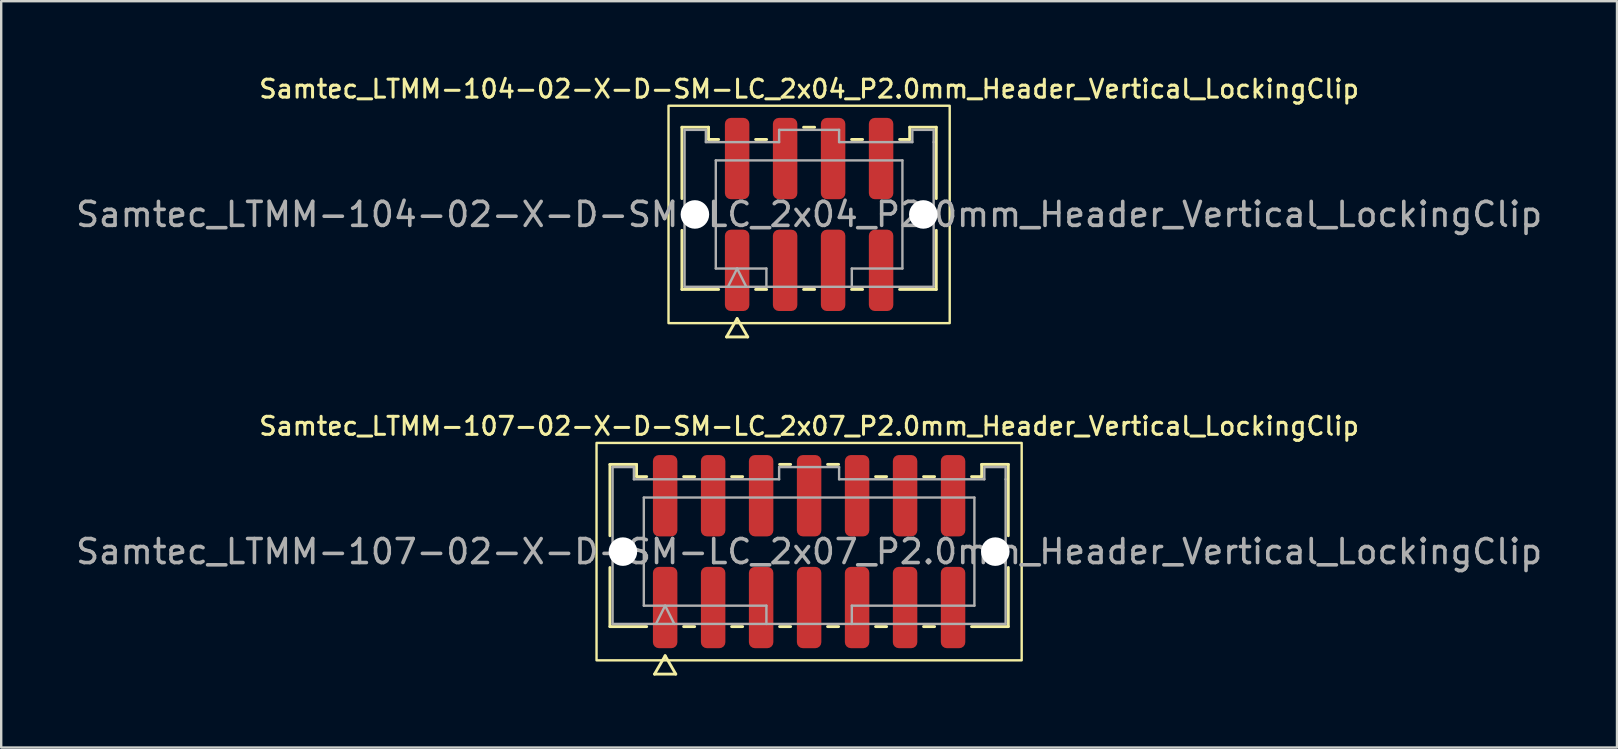
<source format=kicad_pcb>
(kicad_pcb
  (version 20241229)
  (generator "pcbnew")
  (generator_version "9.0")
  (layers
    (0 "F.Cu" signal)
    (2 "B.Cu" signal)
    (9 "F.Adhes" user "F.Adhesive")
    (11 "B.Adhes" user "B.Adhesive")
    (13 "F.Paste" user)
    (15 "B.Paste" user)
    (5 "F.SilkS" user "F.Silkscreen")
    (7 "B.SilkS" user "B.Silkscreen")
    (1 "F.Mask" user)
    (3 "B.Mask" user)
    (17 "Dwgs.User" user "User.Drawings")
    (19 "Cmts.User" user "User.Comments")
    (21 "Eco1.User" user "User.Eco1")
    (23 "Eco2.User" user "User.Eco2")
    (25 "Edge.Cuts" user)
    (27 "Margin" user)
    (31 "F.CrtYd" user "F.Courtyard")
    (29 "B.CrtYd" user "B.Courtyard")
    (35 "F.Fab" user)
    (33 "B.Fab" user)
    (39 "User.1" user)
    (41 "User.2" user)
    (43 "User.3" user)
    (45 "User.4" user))
  (footprint "Samtec_LTMM-107-02-X-D-SM-LC_2x07_P2.0mm_Header_Vertical_LockingClip"
    (layer "F.Cu")
    (at 30.673 19.941)
    (property "Reference" "Samtec_LTMM-107-02-X-D-SM-LC_2x07_P2.0mm_Header_Vertical_LockingClip" (at 0 -5.23 0) (layer "F.SilkS") (effects (font (size 0.75 0.75) (thickness 0.125))))
    (attr smd)
    (fp_line (start -8.302 -3.635) (end -7.192 -3.635) (stroke (width 0.12) (type solid)) (layer "F.SilkS"))
    (fp_line (start -8.302 -0.662) (end -8.302 -3.635) (stroke (width 0.12) (type solid)) (layer "F.SilkS"))
    (fp_line (start -8.302 3.125) (end -8.302 0.662) (stroke (width 0.12) (type solid)) (layer "F.SilkS"))
    (fp_line (start -7.192 -3.635) (end -7.192 -3.125) (stroke (width 0.12) (type solid)) (layer "F.SilkS"))
    (fp_line (start -7.192 -3.125) (end -6.77 -3.125) (stroke (width 0.12) (type solid)) (layer "F.SilkS"))
    (fp_line (start -6.77 3.125) (end -8.302 3.125) (stroke (width 0.12) (type solid)) (layer "F.SilkS"))
    (fp_line (start -6.442 5.105) (end -6 4.34) (stroke (width 0.12) (type solid)) (layer "F.SilkS"))
    (fp_line (start -6 4.34) (end -5.558 5.105) (stroke (width 0.12) (type solid)) (layer "F.SilkS"))
    (fp_line (start -5.558 5.105) (end -6.442 5.105) (stroke (width 0.12) (type solid)) (layer "F.SilkS"))
    (fp_line (start -5.23 -3.125) (end -4.77 -3.125) (stroke (width 0.12) (type solid)) (layer "F.SilkS"))
    (fp_line (start -4.77 3.125) (end -5.23 3.125) (stroke (width 0.12) (type solid)) (layer "F.SilkS"))
    (fp_line (start -3.23 -3.125) (end -2.77 -3.125) (stroke (width 0.12) (type solid)) (layer "F.SilkS"))
    (fp_line (start -2.77 3.125) (end -3.23 3.125) (stroke (width 0.12) (type solid)) (layer "F.SilkS"))
    (fp_line (start -1.23 -3.635) (end -0.77 -3.635) (stroke (width 0.12) (type solid)) (layer "F.SilkS"))
    (fp_line (start -0.77 3.125) (end -1.23 3.125) (stroke (width 0.12) (type solid)) (layer "F.SilkS"))
    (fp_line (start 0.77 -3.635) (end 1.23 -3.635) (stroke (width 0.12) (type solid)) (layer "F.SilkS"))
    (fp_line (start 1.23 3.125) (end 0.77 3.125) (stroke (width 0.12) (type solid)) (layer "F.SilkS"))
    (fp_line (start 2.77 -3.125) (end 3.23 -3.125) (stroke (width 0.12) (type solid)) (layer "F.SilkS"))
    (fp_line (start 3.23 3.125) (end 2.77 3.125) (stroke (width 0.12) (type solid)) (layer "F.SilkS"))
    (fp_line (start 4.77 -3.125) (end 5.23 -3.125) (stroke (width 0.12) (type solid)) (layer "F.SilkS"))
    (fp_line (start 5.23 3.125) (end 4.77 3.125) (stroke (width 0.12) (type solid)) (layer "F.SilkS"))
    (fp_line (start 6.77 -3.125) (end 7.192 -3.125) (stroke (width 0.12) (type solid)) (layer "F.SilkS"))
    (fp_line (start 7.192 -3.635) (end 8.302 -3.635) (stroke (width 0.12) (type solid)) (layer "F.SilkS"))
    (fp_line (start 7.192 -3.125) (end 7.192 -3.635) (stroke (width 0.12) (type solid)) (layer "F.SilkS"))
    (fp_line (start 8.302 -3.635) (end 8.302 -0.662) (stroke (width 0.12) (type solid)) (layer "F.SilkS"))
    (fp_line (start 8.302 0.662) (end 8.302 3.125) (stroke (width 0.12) (type solid)) (layer "F.SilkS"))
    (fp_line (start 8.302 3.125) (end 6.77 3.125) (stroke (width 0.12) (type solid)) (layer "F.SilkS"))
    (fp_rect (start -8.86 -4.53) (end 8.86 4.53) (stroke (width 0.1) (type solid)) (fill no) (layer "F.SilkS"))
    (fp_line (start -8.191 -3.525) (end -7.303 -3.525) (stroke (width 0.1) (type solid)) (layer "F.Fab"))
    (fp_line (start -8.191 3.015) (end -8.191 -3.525) (stroke (width 0.1) (type solid)) (layer "F.Fab"))
    (fp_line (start -7.303 -3.525) (end -7.303 -3.015) (stroke (width 0.1) (type solid)) (layer "F.Fab"))
    (fp_line (start -7.303 -3.015) (end -1.25 -3.015) (stroke (width 0.1) (type solid)) (layer "F.Fab"))
    (fp_line (start -6.889 -2.253) (end 6.889 -2.253) (stroke (width 0.1) (type solid)) (layer "F.Fab"))
    (fp_line (start -6.889 2.253) (end -6.889 -2.253) (stroke (width 0.1) (type solid)) (layer "F.Fab"))
    (fp_line (start -6.381 3.015) (end -6 2.253) (stroke (width 0.1) (type solid)) (layer "F.Fab"))
    (fp_line (start -6 2.253) (end -5.619 3.015) (stroke (width 0.1) (type solid)) (layer "F.Fab"))
    (fp_line (start -1.78 2.253) (end -6.889 2.253) (stroke (width 0.1) (type solid)) (layer "F.Fab"))
    (fp_line (start -1.78 3.015) (end -1.78 2.253) (stroke (width 0.1) (type solid)) (layer "F.Fab"))
    (fp_line (start -1.25 -3.525) (end 1.25 -3.525) (stroke (width 0.1) (type solid)) (layer "F.Fab"))
    (fp_line (start -1.25 -3.015) (end -1.25 -3.525) (stroke (width 0.1) (type solid)) (layer "F.Fab"))
    (fp_line (start 1.25 -3.525) (end 1.25 -3.015) (stroke (width 0.1) (type solid)) (layer "F.Fab"))
    (fp_line (start 1.25 -3.015) (end 7.303 -3.015) (stroke (width 0.1) (type solid)) (layer "F.Fab"))
    (fp_line (start 1.78 2.253) (end 1.78 3.015) (stroke (width 0.1) (type solid)) (layer "F.Fab"))
    (fp_line (start 6.889 -2.253) (end 6.889 2.253) (stroke (width 0.1) (type solid)) (layer "F.Fab"))
    (fp_line (start 6.889 2.253) (end 1.78 2.253) (stroke (width 0.1) (type solid)) (layer "F.Fab"))
    (fp_line (start 7.303 -3.525) (end 8.191 -3.525) (stroke (width 0.1) (type solid)) (layer "F.Fab"))
    (fp_line (start 7.303 -3.015) (end 7.303 -3.525) (stroke (width 0.1) (type solid)) (layer "F.Fab"))
    (fp_line (start 8.191 -3.525) (end 8.191 -3.015) (stroke (width 0.1) (type solid)) (layer "F.Fab"))
    (fp_line (start 8.191 -3.015) (end 8.191 3.015) (stroke (width 0.1) (type solid)) (layer "F.Fab"))
    (fp_line (start 8.191 3.015) (end -8.191 3.015) (stroke (width 0.1) (type solid)) (layer "F.Fab"))
    (fp_text user "${REFERENCE}" (at 0 0 0) (layer "F.Fab") (effects (font (size 1 1) (thickness 0.15))))
    (pad "" np_thru_hole circle (at -7.76 0) (size 1.19 1.19) (drill 1.19) (layers "*.Cu" "*.Mask"))
    (pad "" np_thru_hole circle (at 7.76 0) (size 1.19 1.19) (drill 1.19) (layers "*.Cu" "*.Mask"))
    (pad "1" smd roundrect (at -6 2.33) (size 1.02 3.39) (layers "F.Cu" "F.Mask" "F.Paste") (roundrect_rratio 0.245))
    (pad "2" smd roundrect (at -6 -2.33) (size 1.02 3.39) (layers "F.Cu" "F.Mask" "F.Paste") (roundrect_rratio 0.245))
    (pad "3" smd roundrect (at -4 2.33) (size 1.02 3.39) (layers "F.Cu" "F.Mask" "F.Paste") (roundrect_rratio 0.245))
    (pad "4" smd roundrect (at -4 -2.33) (size 1.02 3.39) (layers "F.Cu" "F.Mask" "F.Paste") (roundrect_rratio 0.245))
    (pad "5" smd roundrect (at -2 2.33) (size 1.02 3.39) (layers "F.Cu" "F.Mask" "F.Paste") (roundrect_rratio 0.245))
    (pad "6" smd roundrect (at -2 -2.33) (size 1.02 3.39) (layers "F.Cu" "F.Mask" "F.Paste") (roundrect_rratio 0.245))
    (pad "7" smd roundrect (at 0 2.33) (size 1.02 3.39) (layers "F.Cu" "F.Mask" "F.Paste") (roundrect_rratio 0.245))
    (pad "8" smd roundrect (at 0 -2.33) (size 1.02 3.39) (layers "F.Cu" "F.Mask" "F.Paste") (roundrect_rratio 0.245))
    (pad "9" smd roundrect (at 2 2.33) (size 1.02 3.39) (layers "F.Cu" "F.Mask" "F.Paste") (roundrect_rratio 0.245))
    (pad "10" smd roundrect (at 2 -2.33) (size 1.02 3.39) (layers "F.Cu" "F.Mask" "F.Paste") (roundrect_rratio 0.245))
    (pad "11" smd roundrect (at 4 2.33) (size 1.02 3.39) (layers "F.Cu" "F.Mask" "F.Paste") (roundrect_rratio 0.245))
    (pad "12" smd roundrect (at 4 -2.33) (size 1.02 3.39) (layers "F.Cu" "F.Mask" "F.Paste") (roundrect_rratio 0.245))
    (pad "13" smd roundrect (at 6 2.33) (size 1.02 3.39) (layers "F.Cu" "F.Mask" "F.Paste") (roundrect_rratio 0.245))
    (pad "14" smd roundrect (at 6 -2.33) (size 1.02 3.39) (layers "F.Cu" "F.Mask" "F.Paste") (roundrect_rratio 0.245)))
  (footprint "Samtec_LTMM-104-02-X-D-SM-LC_2x04_P2.0mm_Header_Vertical_LockingClip"
    (layer "F.Cu")
    (at 30.673 5.888)
    (property "Reference" "Samtec_LTMM-104-02-X-D-SM-LC_2x04_P2.0mm_Header_Vertical_LockingClip" (at 0 -5.23 0) (layer "F.SilkS") (effects (font (size 0.75 0.75) (thickness 0.125))))
    (attr smd)
    (fp_line (start -5.301 -3.635) (end -4.192 -3.635) (stroke (width 0.12) (type solid)) (layer "F.SilkS"))
    (fp_line (start -5.301 -0.662) (end -5.301 -3.635) (stroke (width 0.12) (type solid)) (layer "F.SilkS"))
    (fp_line (start -5.301 3.125) (end -5.301 0.662) (stroke (width 0.12) (type solid)) (layer "F.SilkS"))
    (fp_line (start -4.192 -3.635) (end -4.192 -3.125) (stroke (width 0.12) (type solid)) (layer "F.SilkS"))
    (fp_line (start -4.192 -3.125) (end -3.77 -3.125) (stroke (width 0.12) (type solid)) (layer "F.SilkS"))
    (fp_line (start -3.77 3.125) (end -5.301 3.125) (stroke (width 0.12) (type solid)) (layer "F.SilkS"))
    (fp_line (start -3.442 5.105) (end -3 4.34) (stroke (width 0.12) (type solid)) (layer "F.SilkS"))
    (fp_line (start -3 4.34) (end -2.558 5.105) (stroke (width 0.12) (type solid)) (layer "F.SilkS"))
    (fp_line (start -2.558 5.105) (end -3.442 5.105) (stroke (width 0.12) (type solid)) (layer "F.SilkS"))
    (fp_line (start -2.23 -3.125) (end -1.77 -3.125) (stroke (width 0.12) (type solid)) (layer "F.SilkS"))
    (fp_line (start -1.77 3.125) (end -2.23 3.125) (stroke (width 0.12) (type solid)) (layer "F.SilkS"))
    (fp_line (start -0.23 -3.635) (end 0.23 -3.635) (stroke (width 0.12) (type solid)) (layer "F.SilkS"))
    (fp_line (start 0.23 3.125) (end -0.23 3.125) (stroke (width 0.12) (type solid)) (layer "F.SilkS"))
    (fp_line (start 1.77 -3.125) (end 2.23 -3.125) (stroke (width 0.12) (type solid)) (layer "F.SilkS"))
    (fp_line (start 2.23 3.125) (end 1.77 3.125) (stroke (width 0.12) (type solid)) (layer "F.SilkS"))
    (fp_line (start 3.77 -3.125) (end 4.192 -3.125) (stroke (width 0.12) (type solid)) (layer "F.SilkS"))
    (fp_line (start 4.192 -3.635) (end 5.301 -3.635) (stroke (width 0.12) (type solid)) (layer "F.SilkS"))
    (fp_line (start 4.192 -3.125) (end 4.192 -3.635) (stroke (width 0.12) (type solid)) (layer "F.SilkS"))
    (fp_line (start 5.301 -3.635) (end 5.301 -0.662) (stroke (width 0.12) (type solid)) (layer "F.SilkS"))
    (fp_line (start 5.301 0.662) (end 5.301 3.125) (stroke (width 0.12) (type solid)) (layer "F.SilkS"))
    (fp_line (start 5.301 3.125) (end 3.77 3.125) (stroke (width 0.12) (type solid)) (layer "F.SilkS"))
    (fp_rect (start -5.86 -4.53) (end 5.86 4.53) (stroke (width 0.1) (type solid)) (fill no) (layer "F.SilkS"))
    (fp_line (start -5.191 -3.525) (end -4.303 -3.525) (stroke (width 0.1) (type solid)) (layer "F.Fab"))
    (fp_line (start -5.191 3.015) (end -5.191 -3.525) (stroke (width 0.1) (type solid)) (layer "F.Fab"))
    (fp_line (start -4.303 -3.525) (end -4.303 -3.015) (stroke (width 0.1) (type solid)) (layer "F.Fab"))
    (fp_line (start -4.303 -3.015) (end -1.25 -3.015) (stroke (width 0.1) (type solid)) (layer "F.Fab"))
    (fp_line (start -3.889 -2.253) (end 3.889 -2.253) (stroke (width 0.1) (type solid)) (layer "F.Fab"))
    (fp_line (start -3.889 2.253) (end -3.889 -2.253) (stroke (width 0.1) (type solid)) (layer "F.Fab"))
    (fp_line (start -3.381 3.015) (end -3 2.253) (stroke (width 0.1) (type solid)) (layer "F.Fab"))
    (fp_line (start -3 2.253) (end -2.619 3.015) (stroke (width 0.1) (type solid)) (layer "F.Fab"))
    (fp_line (start -1.78 2.253) (end -3.889 2.253) (stroke (width 0.1) (type solid)) (layer "F.Fab"))
    (fp_line (start -1.78 3.015) (end -1.78 2.253) (stroke (width 0.1) (type solid)) (layer "F.Fab"))
    (fp_line (start -1.25 -3.525) (end 1.25 -3.525) (stroke (width 0.1) (type solid)) (layer "F.Fab"))
    (fp_line (start -1.25 -3.015) (end -1.25 -3.525) (stroke (width 0.1) (type solid)) (layer "F.Fab"))
    (fp_line (start 1.25 -3.525) (end 1.25 -3.015) (stroke (width 0.1) (type solid)) (layer "F.Fab"))
    (fp_line (start 1.25 -3.015) (end 4.303 -3.015) (stroke (width 0.1) (type solid)) (layer "F.Fab"))
    (fp_line (start 1.78 2.253) (end 1.78 3.015) (stroke (width 0.1) (type solid)) (layer "F.Fab"))
    (fp_line (start 3.889 -2.253) (end 3.889 2.253) (stroke (width 0.1) (type solid)) (layer "F.Fab"))
    (fp_line (start 3.889 2.253) (end 1.78 2.253) (stroke (width 0.1) (type solid)) (layer "F.Fab"))
    (fp_line (start 4.303 -3.525) (end 5.191 -3.525) (stroke (width 0.1) (type solid)) (layer "F.Fab"))
    (fp_line (start 4.303 -3.015) (end 4.303 -3.525) (stroke (width 0.1) (type solid)) (layer "F.Fab"))
    (fp_line (start 5.191 -3.525) (end 5.191 -3.015) (stroke (width 0.1) (type solid)) (layer "F.Fab"))
    (fp_line (start 5.191 -3.015) (end 5.191 3.015) (stroke (width 0.1) (type solid)) (layer "F.Fab"))
    (fp_line (start 5.191 3.015) (end -5.191 3.015) (stroke (width 0.1) (type solid)) (layer "F.Fab"))
    (fp_text user "${REFERENCE}" (at 0 0 0) (layer "F.Fab") (effects (font (size 1 1) (thickness 0.15))))
    (pad "" np_thru_hole circle (at -4.76 0) (size 1.19 1.19) (drill 1.19) (layers "*.Cu" "*.Mask"))
    (pad "" np_thru_hole circle (at 4.76 0) (size 1.19 1.19) (drill 1.19) (layers "*.Cu" "*.Mask"))
    (pad "1" smd roundrect (at -3 2.33) (size 1.02 3.39) (layers "F.Cu" "F.Mask" "F.Paste") (roundrect_rratio 0.245))
    (pad "2" smd roundrect (at -3 -2.33) (size 1.02 3.39) (layers "F.Cu" "F.Mask" "F.Paste") (roundrect_rratio 0.245))
    (pad "3" smd roundrect (at -1 2.33) (size 1.02 3.39) (layers "F.Cu" "F.Mask" "F.Paste") (roundrect_rratio 0.245))
    (pad "4" smd roundrect (at -1 -2.33) (size 1.02 3.39) (layers "F.Cu" "F.Mask" "F.Paste") (roundrect_rratio 0.245))
    (pad "5" smd roundrect (at 1 2.33) (size 1.02 3.39) (layers "F.Cu" "F.Mask" "F.Paste") (roundrect_rratio 0.245))
    (pad "6" smd roundrect (at 1 -2.33) (size 1.02 3.39) (layers "F.Cu" "F.Mask" "F.Paste") (roundrect_rratio 0.245))
    (pad "7" smd roundrect (at 3 2.33) (size 1.02 3.39) (layers "F.Cu" "F.Mask" "F.Paste") (roundrect_rratio 0.245))
    (pad "8" smd roundrect (at 3 -2.33) (size 1.02 3.39) (layers "F.Cu" "F.Mask" "F.Paste") (roundrect_rratio 0.245)))
  (gr_rect
    (start -3 -3)
    (end 64.345 28.106)
    (stroke (width 0.1) (type default))
    (fill no)
    (layer "Edge.Cuts")))
</source>
